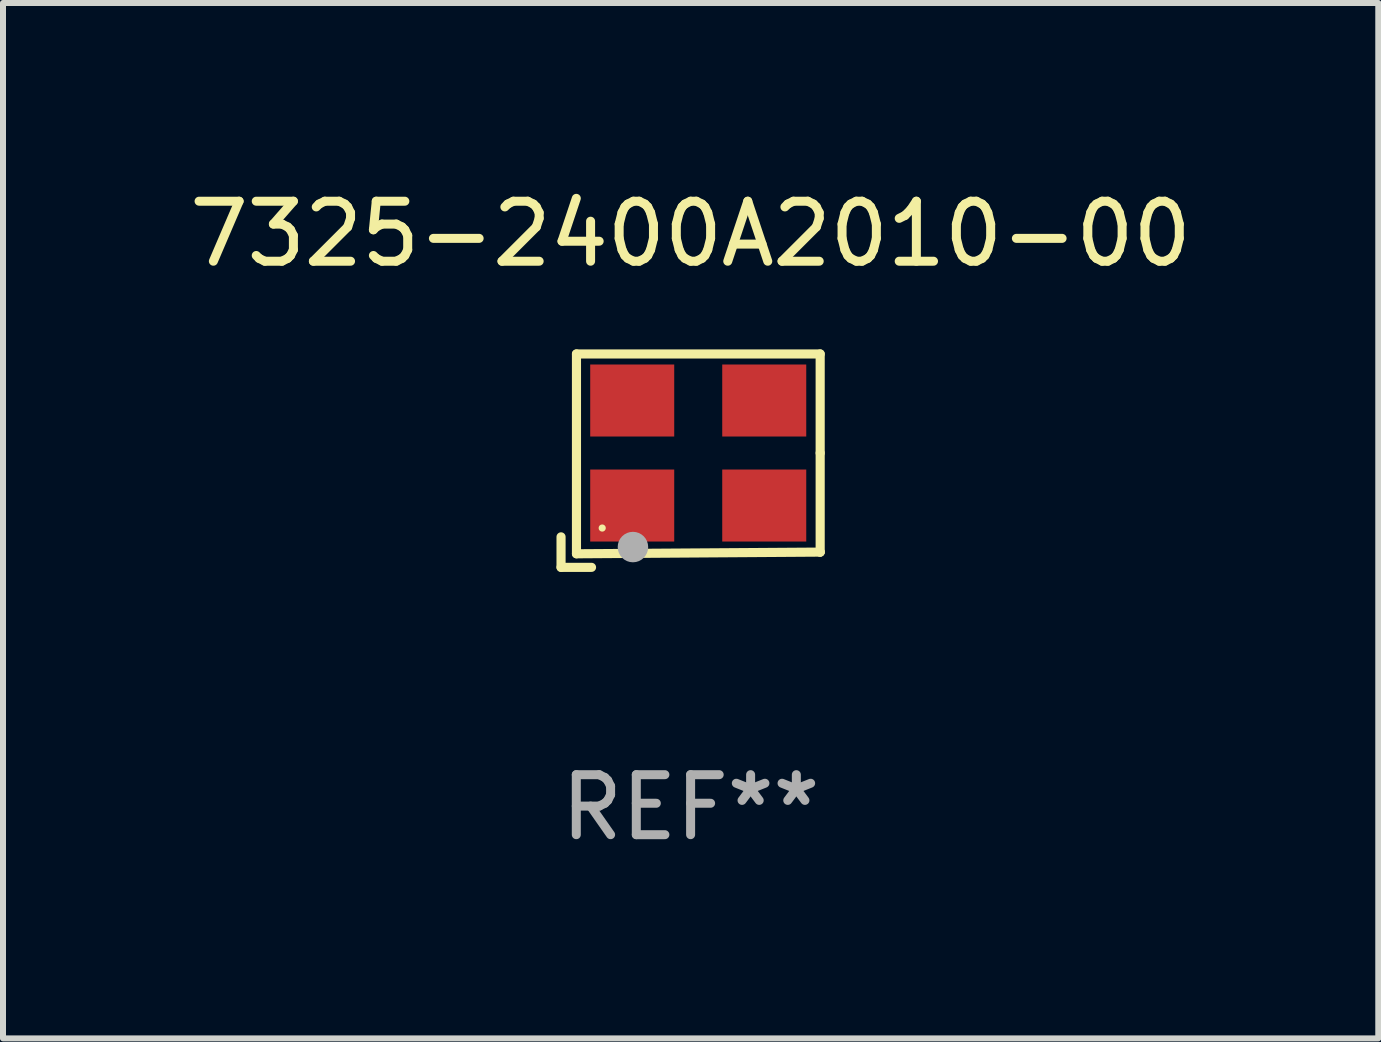
<source format=kicad_pcb>
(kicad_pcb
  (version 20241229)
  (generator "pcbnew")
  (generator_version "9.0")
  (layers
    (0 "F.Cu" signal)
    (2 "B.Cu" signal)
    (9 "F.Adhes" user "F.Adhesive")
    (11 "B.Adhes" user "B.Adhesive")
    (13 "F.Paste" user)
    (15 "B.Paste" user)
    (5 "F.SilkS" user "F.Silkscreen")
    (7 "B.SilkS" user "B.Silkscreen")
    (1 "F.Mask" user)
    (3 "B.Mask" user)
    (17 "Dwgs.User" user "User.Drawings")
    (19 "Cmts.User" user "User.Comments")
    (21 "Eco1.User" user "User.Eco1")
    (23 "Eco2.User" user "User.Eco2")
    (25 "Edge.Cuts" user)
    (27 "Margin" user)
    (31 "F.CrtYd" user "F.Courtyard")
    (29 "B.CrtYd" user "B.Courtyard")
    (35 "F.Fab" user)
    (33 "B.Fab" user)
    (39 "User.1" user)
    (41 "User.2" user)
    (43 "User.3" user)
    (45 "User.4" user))
  (footprint "7325-2400A2010-00"
    (layer "F.Cu")
    (at 8.458 4.626)
    (property "Reference" "7325-2400A2010-00" (at 0 -3.778 0) (layer "F.SilkS") (effects (font (size 1 1) (thickness 0.15))))
    (attr through_hole)
    (fp_line (start -2.159 1.27) (end -2.159 1.778) (stroke (width 0.152) (type solid)) (layer "F.SilkS"))
    (fp_line (start -2.159 1.778) (end -1.651 1.778) (stroke (width 0.152) (type solid)) (layer "F.SilkS"))
    (fp_line (start -1.902 -1.778) (end 2.159 -1.778) (stroke (width 0.152) (type solid)) (layer "F.SilkS"))
    (fp_line (start -1.902 1.552) (end -1.902 -1.778) (stroke (width 0.152) (type solid)) (layer "F.SilkS"))
    (fp_line (start 2.159 -1.778) (end 2.159 -0.127) (stroke (width 0.152) (type solid)) (layer "F.SilkS"))
    (fp_line (start 2.159 -0.127) (end 2.159 1.524) (stroke (width 0.152) (type solid)) (layer "F.SilkS"))
    (fp_line (start 2.159 1.524) (end -1.902 1.552) (stroke (width 0.152) (type solid)) (layer "F.SilkS"))
    (fp_line (start 2.159 1.524) (end 2.159 1.524) (stroke (width 0.152) (type solid)) (layer "F.SilkS"))
    (fp_circle (center -1.473 1.123) (end -1.443 1.123) (stroke (width 0.06) (type solid)) (fill no) (layer "F.SilkS"))
    (fp_circle (center -0.961 1.44) (end -0.834 1.44) (stroke (width 0.254) (type solid)) (fill no) (layer "F.Fab"))
    (fp_text user "REF**" (at 0 5.778 0) (layer "F.Fab") (effects (font (size 1 1) (thickness 0.15))))
    (pad "1" smd rect (at -0.973 0.748) (size 1.4 1.2) (layers "F.Cu" "F.Mask" "F.Paste"))
    (pad "2" smd rect (at 1.227 0.748) (size 1.4 1.2) (layers "F.Cu" "F.Mask" "F.Paste"))
    (pad "3" smd rect (at 1.227 -1.002) (size 1.4 1.2) (layers "F.Cu" "F.Mask" "F.Paste"))
    (pad "4" smd rect (at -0.973 -1.002) (size 1.4 1.2) (layers "F.Cu" "F.Mask" "F.Paste")))
  (gr_rect
    (start -3 -3)
    (end 19.917 14.253)
    (stroke (width 0.1) (type default))
    (fill no)
    (layer "Edge.Cuts")))
</source>
